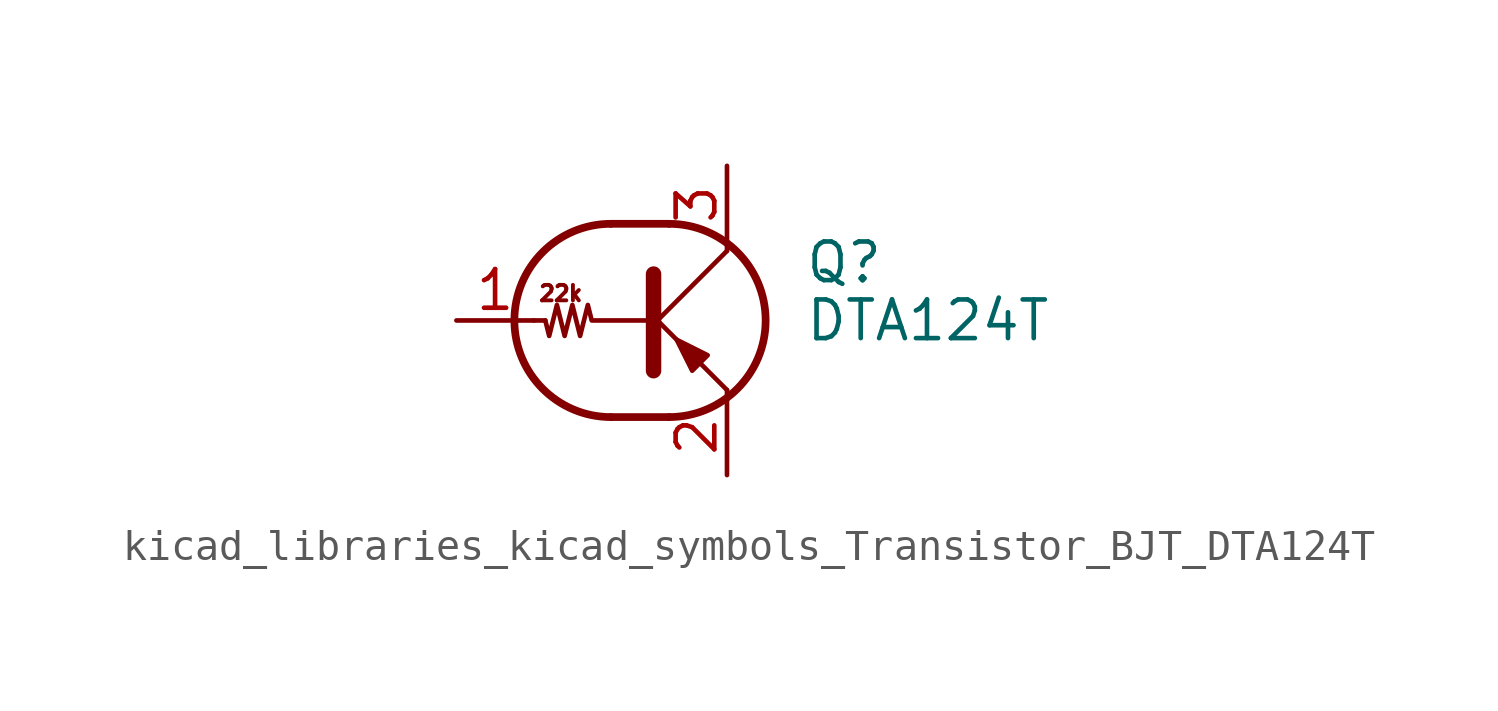
<source format=kicad_sym>
(kicad_symbol_lib
  (version 20220914)
  (generator kicad_symbol_editor)
  (symbol "kicad_libraries_kicad_symbols_Transistor_BJT_DTA124T"
    (pin_names
      (offset 0) hide)
    (property "Reference" "Q"
      (at 5.08 1.905 0)
      (effects (font (size 1.27 1.27)) (justify left)))
    (property "Value" "DTA124T"
      (at 5.08 0 0)
      (effects (font (size 1.27 1.27)) (justify left)))
    (symbol "kicad_libraries_kicad_symbols_Transistor_BJT_DTA124T_0_0"
      (polyline (pts (xy 2.54 -2.286) (xy 2.54 -2.54)) (stroke (width 0) (type default)) (fill (type none)))
      (text "22k" (at -2.921 0.889 0) (effects (font (size 0.508 0.508)))))
    (symbol "kicad_libraries_kicad_symbols_Transistor_BJT_DTA124T_0_1"
      (arc (start -1.27 3.175) (mid -4.4312 0) (end -1.27 -3.175) (stroke (width 0.254) (type default)) (fill (type none)))
      (polyline (pts (xy -3.429 0) (xy -3.81 0)) (stroke (width 0) (type default)) (fill (type none)))
      (polyline (pts (xy -1.27 -3.175) (xy 0.635 -3.175)) (stroke (width 0.254) (type default)) (fill (type none)))
      (polyline (pts (xy -1.27 3.175) (xy 0.635 3.175)) (stroke (width 0.254) (type default)) (fill (type none)))
      (polyline (pts (xy 0 -0.254) (xy 2.54 2.286)) (stroke (width 0) (type default)) (fill (type none)))
      (polyline (pts (xy 0.127 1.524) (xy 0.127 -1.651)) (stroke (width 0.508) (type default)) (fill (type outline)))
      (polyline (pts (xy 2.54 2.286) (xy 2.54 2.54)) (stroke (width 0) (type default)) (fill (type none)))
      (polyline (pts (xy 2.54 -2.286) (xy 0 0.254) (xy 0 0.254)) (stroke (width 0) (type default)) (fill (type none)))
      (polyline (pts (xy 1.397 -1.651) (xy 1.905 -1.143) (xy 0.889 -0.635) (xy 1.397 -1.651)) (stroke (width 0) (type default)) (fill (type outline)))
      (polyline (pts (xy 0 0) (xy -1.905 0) (xy -2.032 0.508) (xy -2.286 -0.508) (xy -2.54 0.508) (xy -2.794 -0.508) (xy -3.048 0.508) (xy -3.302 -0.508) (xy -3.429 0)) (stroke (width 0) (type default)) (fill (type none)))
      (arc (start 0.635 -3.175) (mid 3.7962 0) (end 0.635 3.175) (stroke (width 0.254) (type default)) (fill (type none))))
    (symbol "kicad_libraries_kicad_symbols_Transistor_BJT_DTA124T_1_1"
      (pin input line (at -6.35 0 0) (length 2.54) (name "B" (effects (font (size 1.27 1.27)))) (number "1" (effects (font (size 1.27 1.27)))))
      (pin passive line (at 2.54 -5.08 90) (length 2.54) (name "E" (effects (font (size 1.27 1.27)))) (number "2" (effects (font (size 1.27 1.27)))))
      (pin passive line (at 2.54 5.08 270) (length 2.54) (name "C" (effects (font (size 1.27 1.27)))) (number "3" (effects (font (size 1.27 1.27))))))))
</source>
